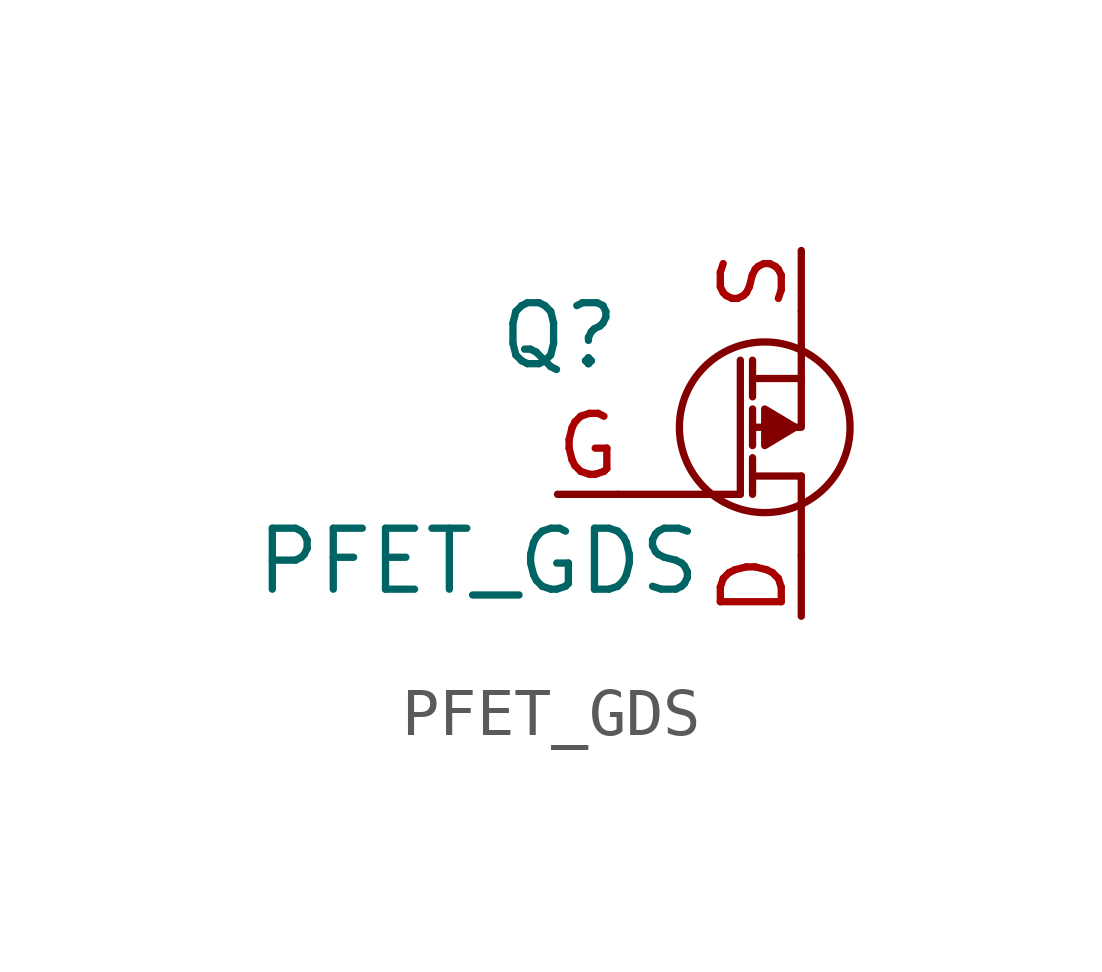
<source format=kicad_sym>
(kicad_symbol_lib
  (version 20211014)
  (generator kicad_symbol_editor)
  (symbol "PFET_GDS"
    (pin_names
      (offset 0.025) hide)
    (property "Reference" "Q"
      (at -6.35 0.762 0)
      (effects (font (size 1.27 1.27)) (justify left)))
    (property "Value" "PFET_GDS"
      (at -2.032 -3.937 0)
      (effects (font (size 1.27 1.27)) (justify right)))
    (symbol "PFET_GDS_0_1"
      (circle (center -0.762 -1.143) (radius 1.778) (stroke (width 0) (type default) (color 0 0 0 0)) (fill (type none)))
      (polyline (pts (xy -3.81 -2.54) (xy -1.27 -2.54)) (stroke (width 0) (type default) (color 0 0 0 0)) (fill (type none)))
      (polyline (pts (xy -1.27 -2.54) (xy -1.27 0.254)) (stroke (width 0) (type default) (color 0 0 0 0)) (fill (type none)))
      (polyline (pts (xy -1.016 -2.159) (xy 0 -2.159)) (stroke (width 0) (type default) (color 0 0 0 0)) (fill (type none)))
      (polyline (pts (xy -1.016 -1.778) (xy -1.016 -2.54)) (stroke (width 0) (type default) (color 0 0 0 0)) (fill (type none)))
      (polyline (pts (xy -1.016 -0.762) (xy -1.016 -1.524)) (stroke (width 0) (type default) (color 0 0 0 0)) (fill (type none)))
      (polyline (pts (xy -1.016 0.254) (xy -1.016 -0.508)) (stroke (width 0) (type default) (color 0 0 0 0)) (fill (type none)))
      (polyline (pts (xy 0 -2.159) (xy 0 -3.81)) (stroke (width 0) (type default) (color 0 0 0 0)) (fill (type none)))
      (polyline (pts (xy -1.016 -1.143) (xy 0 -1.143) (xy 0 -0.127)) (stroke (width 0) (type default) (color 0 0 0 0)) (fill (type none)))
      (polyline (pts (xy -1.016 -0.127) (xy 0 -0.127) (xy 0 1.27)) (stroke (width 0) (type default) (color 0 0 0 0)) (fill (type none)))
      (polyline (pts (xy -0.127 -1.143) (xy -0.762 -0.762) (xy -0.762 -1.524) (xy -0.127 -1.143)) (stroke (width 0) (type default) (color 0 0 0 0)) (fill (type outline))))
    (symbol "PFET_GDS_1_1"
      (pin passive line (at 0 -5.08 90) (length 1.27) (name "D" (effects (font (size 1.27 1.27)))) (number "D" (effects (font (size 1.27 1.27)))))
      (pin passive line (at -5.08 -2.54 0) (length 1.27) (name "G" (effects (font (size 1.27 1.27)))) (number "G" (effects (font (size 1.27 1.27)))))
      (pin passive line (at 0 2.54 270) (length 1.27) (name "S" (effects (font (size 1.27 1.27)))) (number "S" (effects (font (size 1.27 1.27))))))))
</source>
